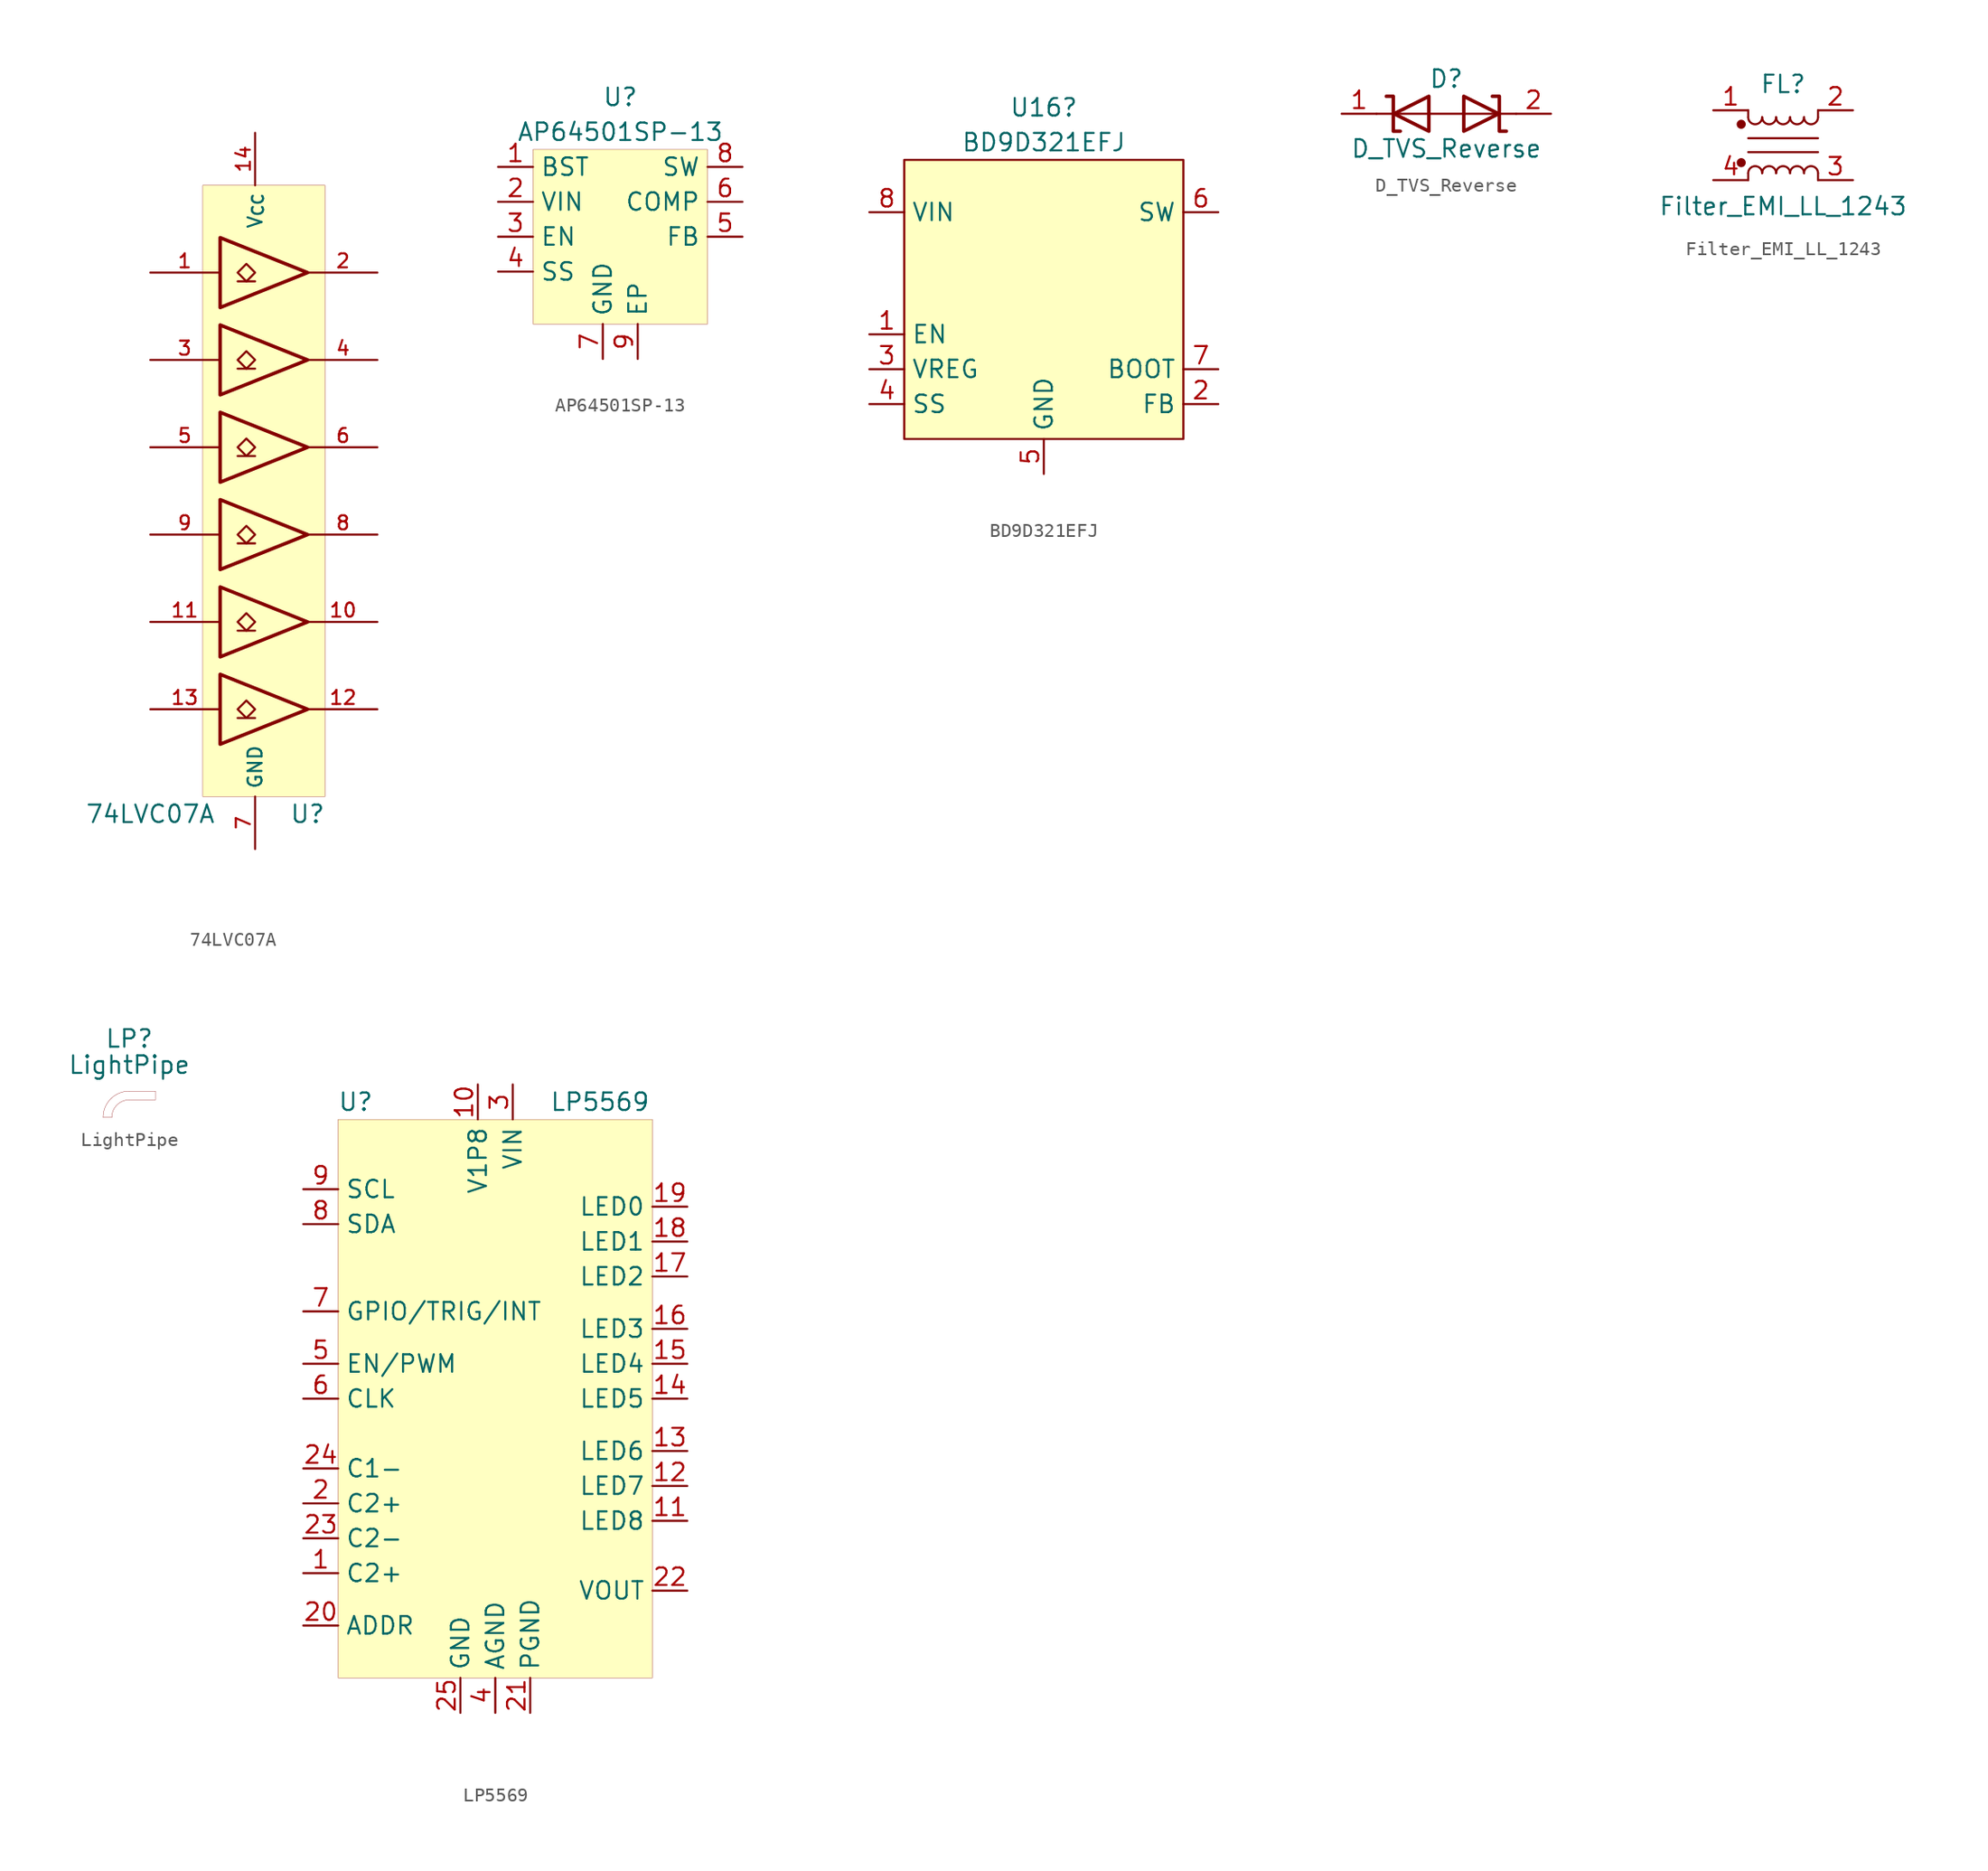
<source format=kicad_sym>
(kicad_symbol_lib
  (version 20211014)
  (generator kicad_symbol_editor)
  (symbol "74LVC07A"
    (property "Reference" "U"
      (at 3.81 -24.13 0)
      (effects (font (size 1.27 1.27))))
    (property "Value" "74LVC07A"
      (at -7.62 -24.13 0)
      (effects (font (size 1.27 1.27))))
    (symbol "74LVC07A_0_1"
      (rectangle (start -3.81 21.59) (end 5.08 -22.86) (stroke (width 0.001) (type default) (color 0 0 0 0)) (fill (type background)))
      (polyline (pts (xy -1.27 -17.145) (xy 0 -17.145)) (stroke (width 0) (type default) (color 0 0 0 0)) (fill (type none)))
      (polyline (pts (xy -1.27 -10.795) (xy 0 -10.795)) (stroke (width 0) (type default) (color 0 0 0 0)) (fill (type none)))
      (polyline (pts (xy -1.27 -4.445) (xy 0 -4.445)) (stroke (width 0) (type default) (color 0 0 0 0)) (fill (type none)))
      (polyline (pts (xy -1.27 1.905) (xy 0 1.905)) (stroke (width 0) (type default) (color 0 0 0 0)) (fill (type none)))
      (polyline (pts (xy -1.27 8.255) (xy 0 8.255)) (stroke (width 0) (type default) (color 0 0 0 0)) (fill (type none)))
      (polyline (pts (xy -1.27 14.605) (xy 0 14.605)) (stroke (width 0) (type default) (color 0 0 0 0)) (fill (type none)))
      (polyline (pts (xy -2.54 -13.97) (xy -2.54 -19.05) (xy 3.81 -16.51) (xy -2.54 -13.97)) (stroke (width 0.254) (type default) (color 0 0 0 0)) (fill (type none)))
      (polyline (pts (xy -2.54 -7.62) (xy -2.54 -12.7) (xy 3.81 -10.16) (xy -2.54 -7.62)) (stroke (width 0.254) (type default) (color 0 0 0 0)) (fill (type none)))
      (polyline (pts (xy -2.54 -1.27) (xy -2.54 -6.35) (xy 3.81 -3.81) (xy -2.54 -1.27)) (stroke (width 0.254) (type default) (color 0 0 0 0)) (fill (type none)))
      (polyline (pts (xy -2.54 5.08) (xy -2.54 0) (xy 3.81 2.54) (xy -2.54 5.08)) (stroke (width 0.254) (type default) (color 0 0 0 0)) (fill (type none)))
      (polyline (pts (xy -2.54 11.43) (xy -2.54 6.35) (xy 3.81 8.89) (xy -2.54 11.43)) (stroke (width 0.254) (type default) (color 0 0 0 0)) (fill (type none)))
      (polyline (pts (xy -2.54 17.78) (xy -2.54 12.7) (xy 3.81 15.24) (xy -2.54 17.78)) (stroke (width 0.254) (type default) (color 0 0 0 0)) (fill (type none)))
      (polyline (pts (xy -0.635 -15.875) (xy -1.27 -16.51) (xy -0.635 -17.145) (xy 0 -16.51) (xy -0.635 -15.875)) (stroke (width 0) (type default) (color 0 0 0 0)) (fill (type none)))
      (polyline (pts (xy -0.635 -9.525) (xy -1.27 -10.16) (xy -0.635 -10.795) (xy 0 -10.16) (xy -0.635 -9.525)) (stroke (width 0) (type default) (color 0 0 0 0)) (fill (type none)))
      (polyline (pts (xy -0.635 -3.175) (xy -1.27 -3.81) (xy -0.635 -4.445) (xy 0 -3.81) (xy -0.635 -3.175)) (stroke (width 0) (type default) (color 0 0 0 0)) (fill (type none)))
      (polyline (pts (xy -0.635 3.175) (xy -1.27 2.54) (xy -0.635 1.905) (xy 0 2.54) (xy -0.635 3.175)) (stroke (width 0) (type default) (color 0 0 0 0)) (fill (type none)))
      (polyline (pts (xy -0.635 9.525) (xy -1.27 8.89) (xy -0.635 8.255) (xy 0 8.89) (xy -0.635 9.525)) (stroke (width 0) (type default) (color 0 0 0 0)) (fill (type none)))
      (polyline (pts (xy -0.635 15.875) (xy -1.27 15.24) (xy -0.635 14.605) (xy 0 15.24) (xy -0.635 15.875)) (stroke (width 0) (type default) (color 0 0 0 0)) (fill (type none))))
    (symbol "74LVC07A_1_1"
      (pin input line (at -7.62 15.24 0) (length 5) (name "~" (effects (font (size 1.016 1.016)))) (number "1" (effects (font (size 1.016 1.016)))))
      (pin open_collector line (at 8.89 -10.16 180) (length 5) (name "~" (effects (font (size 1.016 1.016)))) (number "10" (effects (font (size 1.016 1.016)))))
      (pin input line (at -7.62 -10.16 0) (length 5) (name "~" (effects (font (size 1.016 1.016)))) (number "11" (effects (font (size 1.016 1.016)))))
      (pin open_collector line (at 8.89 -16.51 180) (length 5) (name "~" (effects (font (size 1.016 1.016)))) (number "12" (effects (font (size 1.016 1.016)))))
      (pin input line (at -7.62 -16.51 0) (length 5) (name "~" (effects (font (size 1.016 1.016)))) (number "13" (effects (font (size 1.016 1.016)))))
      (pin power_in line (at 0 25.4 270) (length 3.81) (name "V_{CC}" (effects (font (size 1.016 1.016)))) (number "14" (effects (font (size 1.016 1.016)))))
      (pin open_collector line (at 8.89 15.24 180) (length 5) (name "~" (effects (font (size 1.016 1.016)))) (number "2" (effects (font (size 1.016 1.016)))))
      (pin input line (at -7.62 8.89 0) (length 5) (name "~" (effects (font (size 1.016 1.016)))) (number "3" (effects (font (size 1.016 1.016)))))
      (pin open_collector line (at 8.89 8.89 180) (length 5) (name "~" (effects (font (size 1.016 1.016)))) (number "4" (effects (font (size 1.016 1.016)))))
      (pin input line (at -7.62 2.54 0) (length 5) (name "~" (effects (font (size 1.016 1.016)))) (number "5" (effects (font (size 1.016 1.016)))))
      (pin open_collector line (at 8.89 2.54 180) (length 5) (name "~" (effects (font (size 1.016 1.016)))) (number "6" (effects (font (size 1.016 1.016)))))
      (pin power_in line (at 0 -26.67 90) (length 3.81) (name "GND" (effects (font (size 1.016 1.016)))) (number "7" (effects (font (size 1.016 1.016)))))
      (pin open_collector line (at 8.89 -3.81 180) (length 5) (name "~" (effects (font (size 1.016 1.016)))) (number "8" (effects (font (size 1.016 1.016)))))
      (pin input line (at -7.62 -3.81 0) (length 5) (name "~" (effects (font (size 1.016 1.016)))) (number "9" (effects (font (size 1.016 1.016)))))))
  (symbol "AP64501SP-13"
    (property "Reference" "U"
      (at 0 10.16 0)
      (effects (font (size 1.27 1.27))))
    (property "Value" "AP64501SP-13"
      (at 0 7.62 0)
      (effects (font (size 1.27 1.27))))
    (symbol "AP64501SP-13_0_1"
      (rectangle (start -6.35 6.35) (end 6.35 -6.35) (stroke (width 0.001) (type default) (color 0 0 0 0)) (fill (type background))))
    (symbol "AP64501SP-13_1_1"
      (pin passive line (at -8.89 5.08 0) (length 2.54) (name "BST" (effects (font (size 1.27 1.27)))) (number "1" (effects (font (size 1.27 1.27)))))
      (pin power_in line (at -8.89 2.54 0) (length 2.54) (name "VIN" (effects (font (size 1.27 1.27)))) (number "2" (effects (font (size 1.27 1.27)))))
      (pin input line (at -8.89 0 0) (length 2.54) (name "EN" (effects (font (size 1.27 1.27)))) (number "3" (effects (font (size 1.27 1.27)))))
      (pin input line (at -8.89 -2.54 0) (length 2.54) (name "SS" (effects (font (size 1.27 1.27)))) (number "4" (effects (font (size 1.27 1.27)))))
      (pin input line (at 8.89 0 180) (length 2.54) (name "FB" (effects (font (size 1.27 1.27)))) (number "5" (effects (font (size 1.27 1.27)))))
      (pin input line (at 8.89 2.54 180) (length 2.54) (name "COMP" (effects (font (size 1.27 1.27)))) (number "6" (effects (font (size 1.27 1.27)))))
      (pin input line (at -1.27 -8.89 90) (length 2.54) (name "GND" (effects (font (size 1.27 1.27)))) (number "7" (effects (font (size 1.27 1.27)))))
      (pin input line (at 8.89 5.08 180) (length 2.54) (name "SW" (effects (font (size 1.27 1.27)))) (number "8" (effects (font (size 1.27 1.27)))))
      (pin input line (at 1.27 -8.89 90) (length 2.54) (name "EP" (effects (font (size 1.27 1.27)))) (number "9" (effects (font (size 1.27 1.27)))))))
  (symbol "BD9D321EFJ"
    (property "Reference" "U16"
      (at 0 13.97 0)
      (effects (font (size 1.27 1.27))))
    (property "Value" "BD9D321EFJ"
      (at 0 11.43 0)
      (effects (font (size 1.27 1.27))))
    (symbol "BD9D321EFJ_0_1"
      (rectangle (start -10.16 10.16) (end 10.16 -10.16) (stroke (width 0.152) (type default) (color 0 0 0 0)) (fill (type background))))
    (symbol "BD9D321EFJ_1_1"
      (pin input line (at -12.7 -2.54 0) (length 2.54) (name "EN" (effects (font (size 1.27 1.27)))) (number "1" (effects (font (size 1.27 1.27)))))
      (pin passive line (at 12.7 -7.62 180) (length 2.54) (name "FB" (effects (font (size 1.27 1.27)))) (number "2" (effects (font (size 1.27 1.27)))))
      (pin power_out line (at -12.7 -5.08 0) (length 2.54) (name "VREG" (effects (font (size 1.27 1.27)))) (number "3" (effects (font (size 1.27 1.27)))))
      (pin input line (at -12.7 -7.62 0) (length 2.54) (name "SS" (effects (font (size 1.27 1.27)))) (number "4" (effects (font (size 1.27 1.27)))))
      (pin power_in line (at 0 -12.7 90) (length 2.54) (name "GND" (effects (font (size 1.27 1.27)))) (number "5" (effects (font (size 1.27 1.27)))))
      (pin power_out line (at 12.7 6.35 180) (length 2.54) (name "SW" (effects (font (size 1.27 1.27)))) (number "6" (effects (font (size 1.27 1.27)))))
      (pin input line (at 12.7 -5.08 180) (length 2.54) (name "BOOT" (effects (font (size 1.27 1.27)))) (number "7" (effects (font (size 1.27 1.27)))))
      (pin power_in line (at -12.7 6.35 0) (length 2.54) (name "VIN" (effects (font (size 1.27 1.27)))) (number "8" (effects (font (size 1.27 1.27)))))
      (pin passive line (at 0 -12.7 90) (length 2.54) hide (name "GND" (effects (font (size 1.27 1.27)))) (number "9" (effects (font (size 1.27 1.27)))))))
  (symbol "D_TVS_Reverse"
    (pin_names
      (offset 1.016) hide)
    (property "Reference" "D"
      (at 0 2.54 0)
      (effects (font (size 1.27 1.27))))
    (property "Value" "D_TVS_Reverse"
      (at 0 -2.54 0)
      (effects (font (size 1.27 1.27))))
    (symbol "D_TVS_Reverse_0_1"
      (polyline (pts (xy 5.08 0) (xy -5.08 0)) (stroke (width 0) (type default) (color 0 0 0 0)) (fill (type none)))
      (polyline (pts (xy -4.369 1.27) (xy -3.861 1.27) (xy -3.861 -1.27) (xy -3.353 -1.27)) (stroke (width 0.254) (type default) (color 0 0 0 0)) (fill (type none)))
      (polyline (pts (xy -3.81 0) (xy -1.27 1.27) (xy -1.27 -1.27) (xy -3.81 0)) (stroke (width 0.254) (type default) (color 0 0 0 0)) (fill (type none)))
      (polyline (pts (xy 3.81 0) (xy 1.27 -1.27) (xy 1.27 1.27) (xy 3.81 0)) (stroke (width 0.254) (type default) (color 0 0 0 0)) (fill (type none)))
      (polyline (pts (xy 4.369 -1.27) (xy 3.861 -1.27) (xy 3.861 1.27) (xy 3.353 1.27)) (stroke (width 0.254) (type default) (color 0 0 0 0)) (fill (type none))))
    (symbol "D_TVS_Reverse_1_1"
      (pin passive line (at -7.62 0 0) (length 2.54) (name "A1" (effects (font (size 1.27 1.27)))) (number "1" (effects (font (size 1.27 1.27)))))
      (pin passive line (at 7.62 0 180) (length 2.54) (name "A2" (effects (font (size 1.27 1.27)))) (number "2" (effects (font (size 1.27 1.27)))))))
  (symbol "Filter_EMI_LL_1243"
    (pin_names hide)
    (property "Reference" "FL"
      (at 0 4.445 0)
      (effects (font (size 1.27 1.27))))
    (property "Value" "Filter_EMI_LL_1243"
      (at 0 -4.445 0)
      (effects (font (size 1.27 1.27))))
    (symbol "Filter_EMI_LL_1243_0_1"
      (circle (center -3.048 -1.27) (radius 0.254) (stroke (width 0) (type default) (color 0 0 0 0)) (fill (type outline)))
      (circle (center -3.048 1.524) (radius 0.254) (stroke (width 0) (type default) (color 0 0 0 0)) (fill (type outline)))
      (arc (start -2.54 2.032) (mid -2.032 1.524) (end -1.524 2.032) (stroke (width 0) (type default) (color 0 0 0 0)) (fill (type none)))
      (arc (start -1.524 -2.032) (mid -2.032 -1.524) (end -2.54 -2.032) (stroke (width 0) (type default) (color 0 0 0 0)) (fill (type none)))
      (arc (start -1.524 2.032) (mid -1.016 1.524) (end -0.508 2.032) (stroke (width 0) (type default) (color 0 0 0 0)) (fill (type none)))
      (arc (start -0.508 -2.032) (mid -1.016 -1.524) (end -1.524 -2.032) (stroke (width 0) (type default) (color 0 0 0 0)) (fill (type none)))
      (arc (start -0.508 2.032) (mid 0 1.524) (end 0.508 2.032) (stroke (width 0) (type default) (color 0 0 0 0)) (fill (type none)))
      (polyline (pts (xy -2.54 -2.032) (xy -2.54 -2.54)) (stroke (width 0) (type default) (color 0 0 0 0)) (fill (type none)))
      (polyline (pts (xy -2.54 0.508) (xy 2.54 0.508)) (stroke (width 0) (type default) (color 0 0 0 0)) (fill (type none)))
      (polyline (pts (xy -2.54 2.032) (xy -2.54 2.54)) (stroke (width 0) (type default) (color 0 0 0 0)) (fill (type none)))
      (polyline (pts (xy 2.54 -2.032) (xy 2.54 -2.54)) (stroke (width 0) (type default) (color 0 0 0 0)) (fill (type none)))
      (polyline (pts (xy 2.54 -0.508) (xy -2.54 -0.508)) (stroke (width 0) (type default) (color 0 0 0 0)) (fill (type none)))
      (polyline (pts (xy 2.54 2.54) (xy 2.54 2.032)) (stroke (width 0) (type default) (color 0 0 0 0)) (fill (type none)))
      (arc (start 0.508 -2.032) (mid 0 -1.524) (end -0.508 -2.032) (stroke (width 0) (type default) (color 0 0 0 0)) (fill (type none)))
      (arc (start 0.508 2.032) (mid 1.016 1.524) (end 1.524 2.032) (stroke (width 0) (type default) (color 0 0 0 0)) (fill (type none)))
      (arc (start 1.524 -2.032) (mid 1.016 -1.524) (end 0.508 -2.032) (stroke (width 0) (type default) (color 0 0 0 0)) (fill (type none)))
      (arc (start 1.524 2.032) (mid 2.032 1.524) (end 2.54 2.032) (stroke (width 0) (type default) (color 0 0 0 0)) (fill (type none)))
      (arc (start 2.54 -2.032) (mid 2.032 -1.524) (end 1.524 -2.032) (stroke (width 0) (type default) (color 0 0 0 0)) (fill (type none))))
    (symbol "Filter_EMI_LL_1243_1_1"
      (pin passive line (at -5.08 2.54 0) (length 2.54) (name "1" (effects (font (size 1.27 1.27)))) (number "1" (effects (font (size 1.27 1.27)))))
      (pin passive line (at 5.08 2.54 180) (length 2.54) (name "2" (effects (font (size 1.27 1.27)))) (number "2" (effects (font (size 1.27 1.27)))))
      (pin passive line (at 5.08 -2.54 180) (length 2.54) (name "3" (effects (font (size 1.27 1.27)))) (number "3" (effects (font (size 1.27 1.27)))))
      (pin passive line (at -5.08 -2.54 0) (length 2.54) (name "4" (effects (font (size 1.27 1.27)))) (number "4" (effects (font (size 1.27 1.27)))))))
  (symbol "LightPipe"
    (pin_names
      (offset 1.016))
    (property "Reference" "LP"
      (at 0 4.445 0)
      (effects (font (size 1.27 1.27))))
    (property "Value" "LightPipe"
      (at 0 2.54 0)
      (effects (font (size 1.27 1.27))))
    (symbol "LightPipe_0_1"
      (arc (start 0 0) (mid -0.898 -0.372) (end -1.27 -1.27) (stroke (width 0.0006) (type default) (color 0 0 0 0)) (fill (type none)))
      (polyline (pts (xy -1.905 -1.27) (xy -1.27 -1.27)) (stroke (width 0.001) (type default) (color 0 0 0 0)) (fill (type none)))
      (polyline (pts (xy 0 0.635) (xy 1.905 0.635) (xy 1.905 0) (xy 0 0)) (stroke (width 0.001) (type default) (color 0 0 0 0)) (fill (type none)))
      (arc (start 0 0.635) (mid -1.347 0.077) (end -1.905 -1.27) (stroke (width 0.0006) (type default) (color 0 0 0 0)) (fill (type none)))))
  (symbol "LP5569"
    (property "Reference" "U"
      (at -10.16 21.59 0)
      (effects (font (size 1.27 1.27))))
    (property "Value" "LP5569"
      (at 7.62 21.59 0)
      (effects (font (size 1.27 1.27))))
    (symbol "LP5569_0_1"
      (rectangle (start -11.43 20.32) (end 11.43 -20.32) (stroke (width 0.001) (type default) (color 0 0 0 0)) (fill (type background))))
    (symbol "LP5569_1_1"
      (pin input line (at -13.97 -12.7 0) (length 2.54) (name "C2+" (effects (font (size 1.27 1.27)))) (number "1" (effects (font (size 1.27 1.27)))))
      (pin input line (at -1.27 22.86 270) (length 2.54) (name "V1P8" (effects (font (size 1.27 1.27)))) (number "10" (effects (font (size 1.27 1.27)))))
      (pin output line (at 13.97 -8.89 180) (length 2.54) (name "LED8" (effects (font (size 1.27 1.27)))) (number "11" (effects (font (size 1.27 1.27)))))
      (pin output line (at 13.97 -6.35 180) (length 2.54) (name "LED7" (effects (font (size 1.27 1.27)))) (number "12" (effects (font (size 1.27 1.27)))))
      (pin output line (at 13.97 -3.81 180) (length 2.54) (name "LED6" (effects (font (size 1.27 1.27)))) (number "13" (effects (font (size 1.27 1.27)))))
      (pin output line (at 13.97 0 180) (length 2.54) (name "LED5" (effects (font (size 1.27 1.27)))) (number "14" (effects (font (size 1.27 1.27)))))
      (pin output line (at 13.97 2.54 180) (length 2.54) (name "LED4" (effects (font (size 1.27 1.27)))) (number "15" (effects (font (size 1.27 1.27)))))
      (pin output line (at 13.97 5.08 180) (length 2.54) (name "LED3" (effects (font (size 1.27 1.27)))) (number "16" (effects (font (size 1.27 1.27)))))
      (pin output line (at 13.97 8.89 180) (length 2.54) (name "LED2" (effects (font (size 1.27 1.27)))) (number "17" (effects (font (size 1.27 1.27)))))
      (pin output line (at 13.97 11.43 180) (length 2.54) (name "LED1" (effects (font (size 1.27 1.27)))) (number "18" (effects (font (size 1.27 1.27)))))
      (pin output line (at 13.97 13.97 180) (length 2.54) (name "LED0" (effects (font (size 1.27 1.27)))) (number "19" (effects (font (size 1.27 1.27)))))
      (pin input line (at -13.97 -7.62 0) (length 2.54) (name "C2+" (effects (font (size 1.27 1.27)))) (number "2" (effects (font (size 1.27 1.27)))))
      (pin input line (at -13.97 -16.51 0) (length 2.54) (name "ADDR" (effects (font (size 1.27 1.27)))) (number "20" (effects (font (size 1.27 1.27)))))
      (pin input line (at 2.54 -22.86 90) (length 2.54) (name "PGND" (effects (font (size 1.27 1.27)))) (number "21" (effects (font (size 1.27 1.27)))))
      (pin output line (at 13.97 -13.97 180) (length 2.54) (name "VOUT" (effects (font (size 1.27 1.27)))) (number "22" (effects (font (size 1.27 1.27)))))
      (pin input line (at -13.97 -10.16 0) (length 2.54) (name "C2-" (effects (font (size 1.27 1.27)))) (number "23" (effects (font (size 1.27 1.27)))))
      (pin input line (at -13.97 -5.08 0) (length 2.54) (name "C1-" (effects (font (size 1.27 1.27)))) (number "24" (effects (font (size 1.27 1.27)))))
      (pin input line (at -2.54 -22.86 90) (length 2.54) (name "GND" (effects (font (size 1.27 1.27)))) (number "25" (effects (font (size 1.27 1.27)))))
      (pin input line (at 1.27 22.86 270) (length 2.54) (name "VIN" (effects (font (size 1.27 1.27)))) (number "3" (effects (font (size 1.27 1.27)))))
      (pin input line (at 0 -22.86 90) (length 2.54) (name "AGND" (effects (font (size 1.27 1.27)))) (number "4" (effects (font (size 1.27 1.27)))))
      (pin input line (at -13.97 2.54 0) (length 2.54) (name "EN/PWM" (effects (font (size 1.27 1.27)))) (number "5" (effects (font (size 1.27 1.27)))))
      (pin input line (at -13.97 0 0) (length 2.54) (name "CLK" (effects (font (size 1.27 1.27)))) (number "6" (effects (font (size 1.27 1.27)))))
      (pin input line (at -13.97 6.35 0) (length 2.54) (name "GPIO/TRIG/INT" (effects (font (size 1.27 1.27)))) (number "7" (effects (font (size 1.27 1.27)))))
      (pin bidirectional line (at -13.97 12.7 0) (length 2.54) (name "SDA" (effects (font (size 1.27 1.27)))) (number "8" (effects (font (size 1.27 1.27)))))
      (pin input line (at -13.97 15.24 0) (length 2.54) (name "SCL" (effects (font (size 1.27 1.27)))) (number "9" (effects (font (size 1.27 1.27))))))))
</source>
